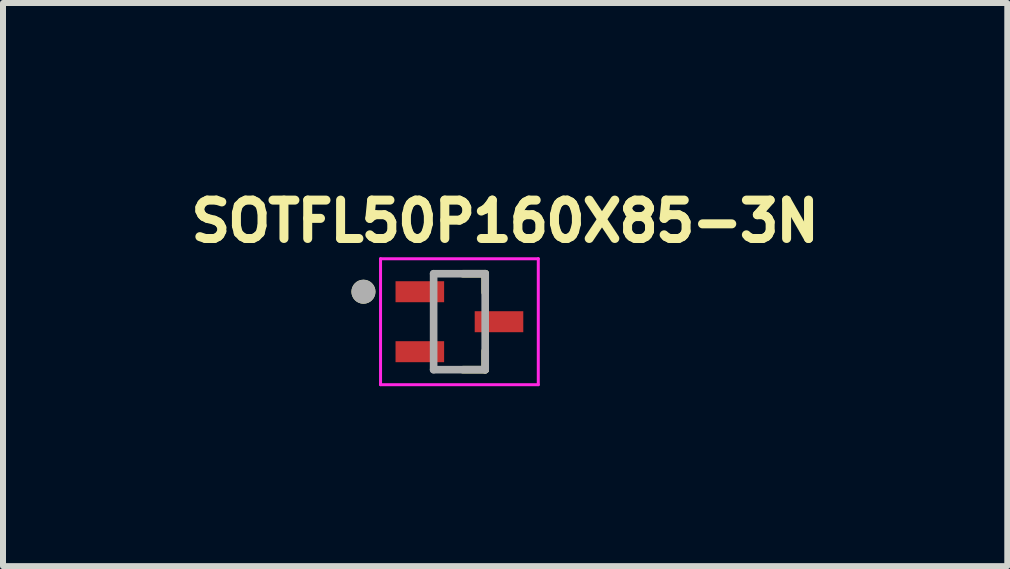
<source format=kicad_pcb>
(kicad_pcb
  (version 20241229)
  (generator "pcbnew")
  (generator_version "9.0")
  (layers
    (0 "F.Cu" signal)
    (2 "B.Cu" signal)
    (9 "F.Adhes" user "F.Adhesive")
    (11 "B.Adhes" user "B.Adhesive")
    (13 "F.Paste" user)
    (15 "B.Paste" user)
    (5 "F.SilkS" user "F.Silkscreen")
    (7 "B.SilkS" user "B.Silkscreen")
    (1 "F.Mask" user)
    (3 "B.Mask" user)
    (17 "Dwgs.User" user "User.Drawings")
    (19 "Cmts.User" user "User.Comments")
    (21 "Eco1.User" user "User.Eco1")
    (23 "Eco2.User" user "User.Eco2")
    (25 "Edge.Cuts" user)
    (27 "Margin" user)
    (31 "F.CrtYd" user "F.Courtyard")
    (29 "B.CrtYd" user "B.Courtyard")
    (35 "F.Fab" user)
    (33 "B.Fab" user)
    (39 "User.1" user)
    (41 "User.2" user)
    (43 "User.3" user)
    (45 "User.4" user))
  (footprint "SOTFL50P160X85-3N"
    (layer "F.Cu")
    (at 4.61 2.314)
    (property "Reference" "SOTFL50P160X85-3N" (at 0.762 -1.676 0) (layer "F.SilkS") (effects (font (size 0.64 0.64) (thickness 0.15))))
    (attr smd)
    (fp_line (start 0.059 -0.8) (end 0.43 -0.8) (stroke (width 0.127) (type solid)) (layer "F.SilkS"))
    (fp_line (start 0.059 0.8) (end 0.43 0.8) (stroke (width 0.127) (type solid)) (layer "F.SilkS"))
    (fp_line (start 0.43 -0.8) (end 0.43 -0.488) (stroke (width 0.127) (type solid)) (layer "F.SilkS"))
    (fp_line (start 0.43 0.8) (end 0.43 0.488) (stroke (width 0.127) (type solid)) (layer "F.SilkS"))
    (fp_circle (center -1.6 -0.5) (end -1.5 -0.5) (stroke (width 0.2) (type solid)) (fill no) (layer "F.SilkS"))
    (fp_line (start -1.315 -1.05) (end 1.315 -1.05) (stroke (width 0.05) (type solid)) (layer "F.CrtYd"))
    (fp_line (start -1.315 1.05) (end -1.315 -1.05) (stroke (width 0.05) (type solid)) (layer "F.CrtYd"))
    (fp_line (start 1.315 -1.05) (end 1.315 1.05) (stroke (width 0.05) (type solid)) (layer "F.CrtYd"))
    (fp_line (start 1.315 1.05) (end -1.315 1.05) (stroke (width 0.05) (type solid)) (layer "F.CrtYd"))
    (fp_line (start -0.43 -0.8) (end 0.43 -0.8) (stroke (width 0.127) (type solid)) (layer "F.Fab"))
    (fp_line (start -0.43 0.8) (end -0.43 -0.8) (stroke (width 0.127) (type solid)) (layer "F.Fab"))
    (fp_line (start 0.43 -0.8) (end 0.43 0.8) (stroke (width 0.127) (type solid)) (layer "F.Fab"))
    (fp_line (start 0.43 0.8) (end -0.43 0.8) (stroke (width 0.127) (type solid)) (layer "F.Fab"))
    (fp_circle (center -1.6 -0.5) (end -1.5 -0.5) (stroke (width 0.2) (type solid)) (fill no) (layer "F.Fab"))
    (pad "1" smd rect (at -0.66 -0.5) (size 0.81 0.35) (layers "F.Cu" "F.Mask" "F.Paste"))
    (pad "2" smd rect (at -0.66 0.5) (size 0.81 0.35) (layers "F.Cu" "F.Mask" "F.Paste"))
    (pad "3" smd rect (at 0.66 0) (size 0.81 0.35) (layers "F.Cu" "F.Mask" "F.Paste")))
  (gr_rect
    (start -3 -3)
    (end 13.745 6.389)
    (stroke (width 0.1) (type default))
    (fill no)
    (layer "Edge.Cuts")))
</source>
